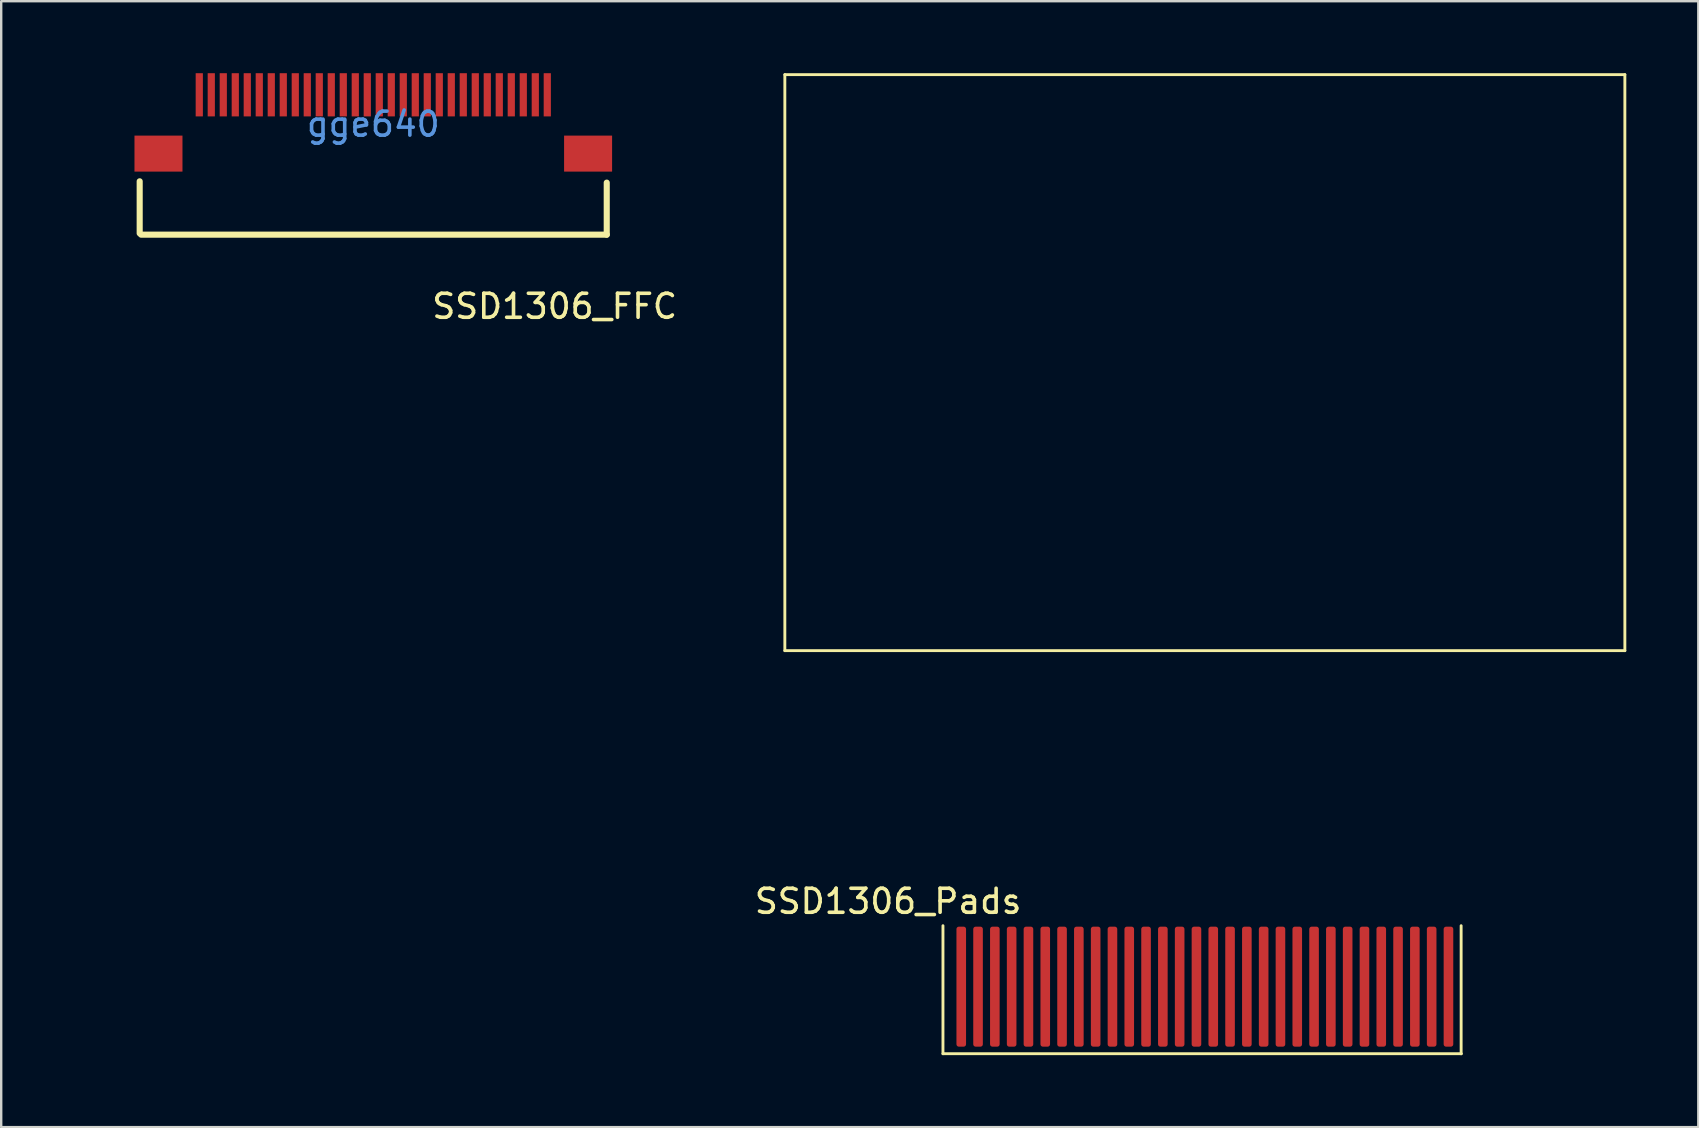
<source format=kicad_pcb>
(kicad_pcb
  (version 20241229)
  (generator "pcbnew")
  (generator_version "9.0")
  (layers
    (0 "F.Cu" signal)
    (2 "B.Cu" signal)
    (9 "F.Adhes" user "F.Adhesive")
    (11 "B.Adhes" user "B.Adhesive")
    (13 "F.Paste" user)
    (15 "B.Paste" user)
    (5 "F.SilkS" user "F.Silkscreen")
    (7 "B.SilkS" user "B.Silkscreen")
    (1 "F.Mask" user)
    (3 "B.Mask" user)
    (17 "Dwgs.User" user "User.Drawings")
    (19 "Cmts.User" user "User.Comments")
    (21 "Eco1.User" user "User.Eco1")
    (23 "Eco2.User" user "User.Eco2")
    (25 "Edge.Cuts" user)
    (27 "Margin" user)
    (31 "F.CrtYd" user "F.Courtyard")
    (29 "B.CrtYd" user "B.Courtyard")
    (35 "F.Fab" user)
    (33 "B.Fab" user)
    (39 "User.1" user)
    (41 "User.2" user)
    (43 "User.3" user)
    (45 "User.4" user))
  (footprint "SSD1306_Pads"
    (layer "F.Cu")
    (at 37.001 38.06)
    (property "Reference" "SSD1306_Pads" (at -3.048 -3.556 0) (layer "F.SilkS") (effects (font (size 1 1) (thickness 0.15))))
    (attr through_hole)
    (fp_line (start -7.35 -38) (end 27.65 -38) (stroke (width 0.12) (type solid)) (layer "F.SilkS"))
    (fp_line (start -7.35 -14) (end -7.35 -38) (stroke (width 0.12) (type solid)) (layer "F.SilkS"))
    (fp_line (start -7.35 -14) (end 27.65 -14) (stroke (width 0.12) (type solid)) (layer "F.SilkS"))
    (fp_line (start -0.762 -2.54) (end -0.762 2.794) (stroke (width 0.12) (type solid)) (layer "F.SilkS"))
    (fp_line (start -0.762 2.794) (end 20.828 2.794) (stroke (width 0.12) (type solid)) (layer "F.SilkS"))
    (fp_line (start 20.828 2.794) (end 20.828 -2.54) (stroke (width 0.12) (type solid)) (layer "F.SilkS"))
    (fp_line (start 20.828 2.794) (end 20.828 2.794) (stroke (width 0.12) (type solid)) (layer "F.SilkS"))
    (fp_line (start 27.65 -14) (end 27.65 -38) (stroke (width 0.12) (type solid)) (layer "F.SilkS"))
    (pad "1" smd roundrect (at 0 0) (size 0.4 5) (layers "F.Cu" "F.Mask" "F.Paste") (roundrect_rratio 0.25))
    (pad "2" smd roundrect (at 0.7 0) (size 0.4 5) (layers "F.Cu" "F.Mask" "F.Paste") (roundrect_rratio 0.25))
    (pad "3" smd roundrect (at 1.4 0) (size 0.4 5) (layers "F.Cu" "F.Mask" "F.Paste") (roundrect_rratio 0.25))
    (pad "4" smd roundrect (at 2.1 0) (size 0.4 5) (layers "F.Cu" "F.Mask" "F.Paste") (roundrect_rratio 0.25))
    (pad "5" smd roundrect (at 2.8 0) (size 0.4 5) (layers "F.Cu" "F.Mask" "F.Paste") (roundrect_rratio 0.25))
    (pad "6" smd roundrect (at 3.5 0) (size 0.4 5) (layers "F.Cu" "F.Mask" "F.Paste") (roundrect_rratio 0.25))
    (pad "7" smd roundrect (at 4.2 0) (size 0.4 5) (layers "F.Cu" "F.Mask" "F.Paste") (roundrect_rratio 0.25))
    (pad "8" smd roundrect (at 4.9 0) (size 0.4 5) (layers "F.Cu" "F.Mask" "F.Paste") (roundrect_rratio 0.25))
    (pad "9" smd roundrect (at 5.6 0) (size 0.4 5) (layers "F.Cu" "F.Mask" "F.Paste") (roundrect_rratio 0.25))
    (pad "10" smd roundrect (at 6.3 0) (size 0.4 5) (layers "F.Cu" "F.Mask" "F.Paste") (roundrect_rratio 0.25))
    (pad "11" smd roundrect (at 7 0) (size 0.4 5) (layers "F.Cu" "F.Mask" "F.Paste") (roundrect_rratio 0.25))
    (pad "12" smd roundrect (at 7.7 0) (size 0.4 5) (layers "F.Cu" "F.Mask" "F.Paste") (roundrect_rratio 0.25))
    (pad "13" smd roundrect (at 8.4 0) (size 0.4 5) (layers "F.Cu" "F.Mask" "F.Paste") (roundrect_rratio 0.25))
    (pad "14" smd roundrect (at 9.1 0) (size 0.4 5) (layers "F.Cu" "F.Mask" "F.Paste") (roundrect_rratio 0.25))
    (pad "15" smd roundrect (at 9.8 0) (size 0.4 5) (layers "F.Cu" "F.Mask" "F.Paste") (roundrect_rratio 0.25))
    (pad "16" smd roundrect (at 10.5 0) (size 0.4 5) (layers "F.Cu" "F.Mask" "F.Paste") (roundrect_rratio 0.25))
    (pad "17" smd roundrect (at 11.2 0) (size 0.4 5) (layers "F.Cu" "F.Mask" "F.Paste") (roundrect_rratio 0.25))
    (pad "18" smd roundrect (at 11.9 0) (size 0.4 5) (layers "F.Cu" "F.Mask" "F.Paste") (roundrect_rratio 0.25))
    (pad "19" smd roundrect (at 12.6 0) (size 0.4 5) (layers "F.Cu" "F.Mask" "F.Paste") (roundrect_rratio 0.25))
    (pad "20" smd roundrect (at 13.3 0) (size 0.4 5) (layers "F.Cu" "F.Mask" "F.Paste") (roundrect_rratio 0.25))
    (pad "21" smd roundrect (at 14 0) (size 0.4 5) (layers "F.Cu" "F.Mask" "F.Paste") (roundrect_rratio 0.25))
    (pad "22" smd roundrect (at 14.7 0) (size 0.4 5) (layers "F.Cu" "F.Mask" "F.Paste") (roundrect_rratio 0.25))
    (pad "23" smd roundrect (at 15.4 0) (size 0.4 5) (layers "F.Cu" "F.Mask" "F.Paste") (roundrect_rratio 0.25))
    (pad "24" smd roundrect (at 16.1 0) (size 0.4 5) (layers "F.Cu" "F.Mask" "F.Paste") (roundrect_rratio 0.25))
    (pad "25" smd roundrect (at 16.8 0) (size 0.4 5) (layers "F.Cu" "F.Mask" "F.Paste") (roundrect_rratio 0.25))
    (pad "26" smd roundrect (at 17.5 0) (size 0.4 5) (layers "F.Cu" "F.Mask" "F.Paste") (roundrect_rratio 0.25))
    (pad "27" smd roundrect (at 18.2 0) (size 0.4 5) (layers "F.Cu" "F.Mask" "F.Paste") (roundrect_rratio 0.25))
    (pad "28" smd roundrect (at 18.9 0) (size 0.4 5) (layers "F.Cu" "F.Mask" "F.Paste") (roundrect_rratio 0.25))
    (pad "29" smd roundrect (at 19.6 0) (size 0.4 5) (layers "F.Cu" "F.Mask" "F.Paste") (roundrect_rratio 0.25))
    (pad "30" smd roundrect (at 20.3 0) (size 0.4 5) (layers "F.Cu" "F.Mask" "F.Paste") (roundrect_rratio 0.25)))
  (footprint "SSD1306_FFC"
    (layer "F.Cu")
    (at 0.25 10.423)
    (property "Reference" "SSD1306_FFC" (at 19.81 -0.71 0) (layer "F.SilkS") (effects (font (size 1 1) (thickness 0.15))))
    (attr through_hole)
    (fp_line (start 2.52 -5.919) (end 2.52 -3.75) (stroke (width 0.254) (type solid)) (layer "F.SilkS"))
    (fp_line (start 21.98 -5.864) (end 21.98 -3.695) (stroke (width 0.254) (type solid)) (layer "F.SilkS"))
    (fp_line (start 21.98 -3.695) (end 2.58 -3.695) (stroke (width 0.254) (type solid)) (layer "F.SilkS"))
    (fp_text user "gge640" (at 12.253 -8.298 0) (layer "Cmts.User") (effects (font (size 1 1) (thickness 0.15))))
    (pad "1" smd rect (at 19.503 -9.523 180) (size 0.3 1.8) (layers "F.Cu" "F.Mask" "F.Paste"))
    (pad "2" smd rect (at 19.003 -9.523 180) (size 0.3 1.8) (layers "F.Cu" "F.Mask" "F.Paste"))
    (pad "3" smd rect (at 18.503 -9.523 180) (size 0.3 1.8) (layers "F.Cu" "F.Mask" "F.Paste"))
    (pad "4" smd rect (at 18.003 -9.523 180) (size 0.3 1.8) (layers "F.Cu" "F.Mask" "F.Paste"))
    (pad "5" smd rect (at 17.503 -9.523 180) (size 0.3 1.8) (layers "F.Cu" "F.Mask" "F.Paste"))
    (pad "6" smd rect (at 17.003 -9.523 180) (size 0.3 1.8) (layers "F.Cu" "F.Mask" "F.Paste"))
    (pad "7" smd rect (at 16.503 -9.523 180) (size 0.3 1.8) (layers "F.Cu" "F.Mask" "F.Paste"))
    (pad "8" smd rect (at 16.003 -9.523 180) (size 0.3 1.8) (layers "F.Cu" "F.Mask" "F.Paste"))
    (pad "9" smd rect (at 15.503 -9.523 180) (size 0.3 1.8) (layers "F.Cu" "F.Mask" "F.Paste"))
    (pad "10" smd rect (at 15.003 -9.523 180) (size 0.3 1.8) (layers "F.Cu" "F.Mask" "F.Paste"))
    (pad "11" smd rect (at 14.503 -9.523 180) (size 0.3 1.8) (layers "F.Cu" "F.Mask" "F.Paste"))
    (pad "12" smd rect (at 14.003 -9.523 180) (size 0.3 1.8) (layers "F.Cu" "F.Mask" "F.Paste"))
    (pad "13" smd rect (at 13.503 -9.523 180) (size 0.3 1.8) (layers "F.Cu" "F.Mask" "F.Paste"))
    (pad "14" smd rect (at 13.003 -9.523 180) (size 0.3 1.8) (layers "F.Cu" "F.Mask" "F.Paste"))
    (pad "15" smd rect (at 12.503 -9.523 180) (size 0.3 1.8) (layers "F.Cu" "F.Mask" "F.Paste"))
    (pad "16" smd rect (at 12.003 -9.523 180) (size 0.3 1.8) (layers "F.Cu" "F.Mask" "F.Paste"))
    (pad "17" smd rect (at 11.503 -9.523 180) (size 0.3 1.8) (layers "F.Cu" "F.Mask" "F.Paste"))
    (pad "18" smd rect (at 11.003 -9.523 180) (size 0.3 1.8) (layers "F.Cu" "F.Mask" "F.Paste"))
    (pad "19" smd rect (at 10.503 -9.523 180) (size 0.3 1.8) (layers "F.Cu" "F.Mask" "F.Paste"))
    (pad "20" smd rect (at 10.003 -9.523 180) (size 0.3 1.8) (layers "F.Cu" "F.Mask" "F.Paste"))
    (pad "21" smd rect (at 9.503 -9.523 180) (size 0.3 1.8) (layers "F.Cu" "F.Mask" "F.Paste"))
    (pad "22" smd rect (at 9.003 -9.523 180) (size 0.3 1.8) (layers "F.Cu" "F.Mask" "F.Paste"))
    (pad "23" smd rect (at 8.503 -9.523 180) (size 0.3 1.8) (layers "F.Cu" "F.Mask" "F.Paste"))
    (pad "24" smd rect (at 8.003 -9.523 180) (size 0.3 1.8) (layers "F.Cu" "F.Mask" "F.Paste"))
    (pad "25" smd rect (at 7.503 -9.523 180) (size 0.3 1.8) (layers "F.Cu" "F.Mask" "F.Paste"))
    (pad "26" smd rect (at 7.003 -9.523 180) (size 0.3 1.8) (layers "F.Cu" "F.Mask" "F.Paste"))
    (pad "27" smd rect (at 6.503 -9.523 180) (size 0.3 1.8) (layers "F.Cu" "F.Mask" "F.Paste"))
    (pad "28" smd rect (at 6.003 -9.523 180) (size 0.3 1.8) (layers "F.Cu" "F.Mask" "F.Paste"))
    (pad "29" smd rect (at 5.503 -9.523 180) (size 0.3 1.8) (layers "F.Cu" "F.Mask" "F.Paste"))
    (pad "30" smd rect (at 5.003 -9.523 180) (size 0.3 1.8) (layers "F.Cu" "F.Mask" "F.Paste"))
    (pad "31" smd rect (at 3.303 -7.073 270) (size 1.5 2) (layers "F.Cu" "F.Mask" "F.Paste"))
    (pad "32" smd rect (at 21.203 -7.073 270) (size 1.5 2) (layers "F.Cu" "F.Mask" "F.Paste")))
  (gr_rect
    (start -3 -3)
    (end 67.711 43.914)
    (stroke (width 0.1) (type default))
    (fill no)
    (layer "Edge.Cuts")))
</source>
